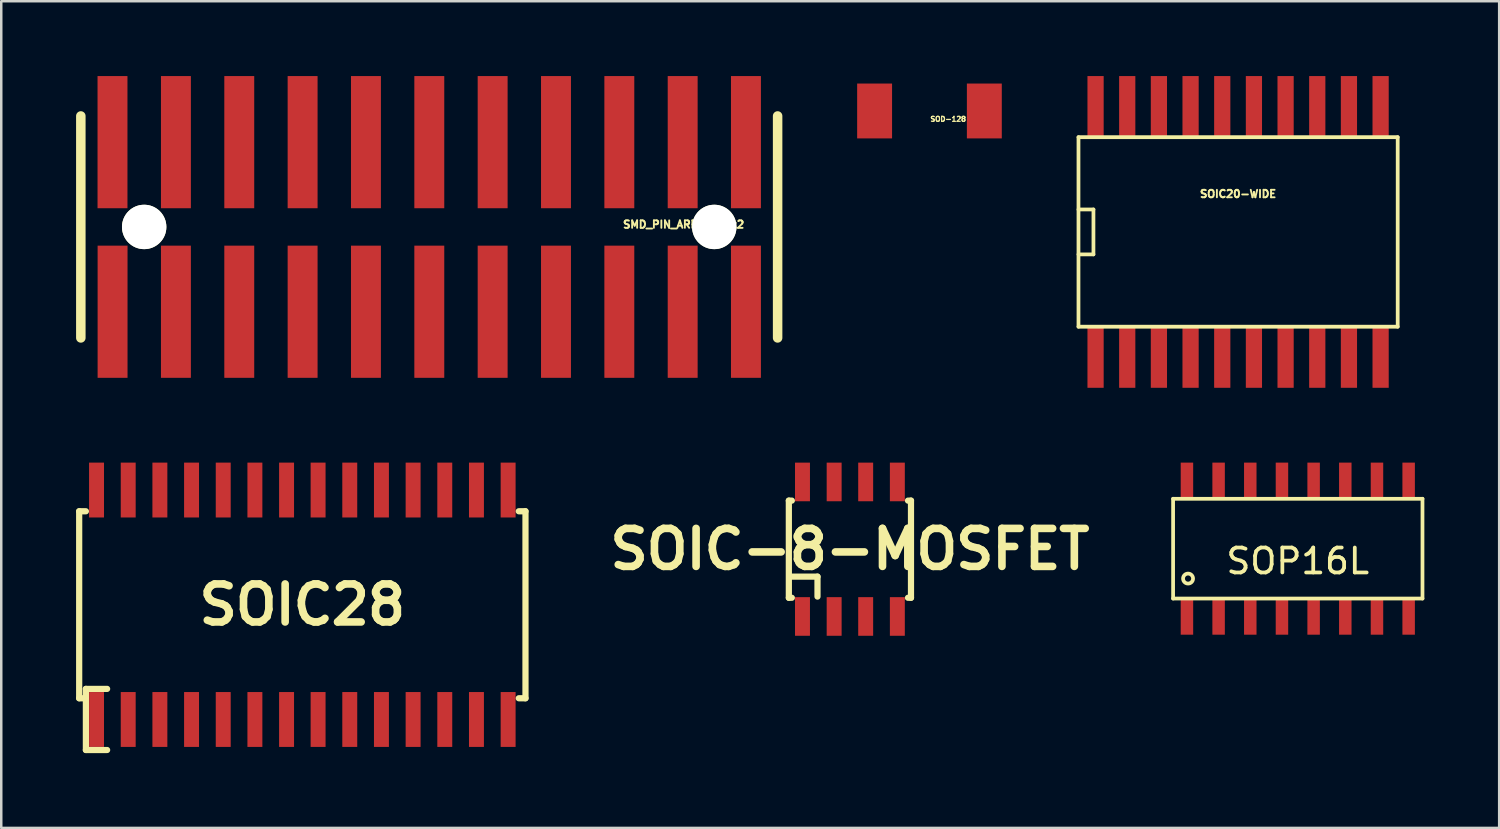
<source format=kicad_pcb>
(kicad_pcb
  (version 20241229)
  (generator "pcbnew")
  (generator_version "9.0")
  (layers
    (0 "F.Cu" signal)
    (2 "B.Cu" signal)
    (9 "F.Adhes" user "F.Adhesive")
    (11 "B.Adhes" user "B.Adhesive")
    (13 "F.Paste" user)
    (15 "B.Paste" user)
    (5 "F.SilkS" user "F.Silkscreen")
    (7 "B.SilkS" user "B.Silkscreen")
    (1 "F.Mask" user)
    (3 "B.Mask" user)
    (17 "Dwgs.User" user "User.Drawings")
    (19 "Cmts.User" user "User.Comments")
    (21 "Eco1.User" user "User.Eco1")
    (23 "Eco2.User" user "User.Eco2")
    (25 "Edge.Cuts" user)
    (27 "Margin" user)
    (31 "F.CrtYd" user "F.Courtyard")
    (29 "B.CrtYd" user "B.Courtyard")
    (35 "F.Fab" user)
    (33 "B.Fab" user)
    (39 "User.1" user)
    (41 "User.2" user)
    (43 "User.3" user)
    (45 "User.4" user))
  (footprint "SOIC28"
    (layer "F.Cu")
    (at 9.073 21.2)
    (property "Reference" "SOIC28" (at 0 0 0) (layer "F.SilkS") (effects (font (size 1.524 1.524) (thickness 0.305))))
    (attr through_hole)
    (fp_line (start -8.948 -3.749) (end -8.948 3.749) (stroke (width 0.249) (type solid)) (layer "F.SilkS"))
    (fp_line (start -8.948 -3.749) (end -8.679 -3.749) (stroke (width 0.249) (type solid)) (layer "F.SilkS"))
    (fp_line (start -8.948 3.749) (end -8.679 3.749) (stroke (width 0.249) (type solid)) (layer "F.SilkS"))
    (fp_line (start -8.679 3.373) (end -8.679 5.824) (stroke (width 0.249) (type solid)) (layer "F.SilkS"))
    (fp_line (start -8.679 3.373) (end -7.828 3.373) (stroke (width 0.249) (type solid)) (layer "F.SilkS"))
    (fp_line (start -8.679 5.824) (end -7.828 5.824) (stroke (width 0.249) (type solid)) (layer "F.SilkS"))
    (fp_line (start 8.679 -3.749) (end 8.948 -3.749) (stroke (width 0.249) (type solid)) (layer "F.SilkS"))
    (fp_line (start 8.679 3.749) (end 8.948 3.749) (stroke (width 0.249) (type solid)) (layer "F.SilkS"))
    (fp_line (start 8.948 -3.749) (end 8.948 3.749) (stroke (width 0.249) (type solid)) (layer "F.SilkS"))
    (pad "1" smd rect (at -8.252 4.6 180) (size 0.599 2.2) (layers "F.Cu" "F.Mask" "F.Paste"))
    (pad "2" smd rect (at -6.982 4.6 180) (size 0.599 2.2) (layers "F.Cu" "F.Mask" "F.Paste"))
    (pad "3" smd rect (at -5.712 4.6 180) (size 0.599 2.2) (layers "F.Cu" "F.Mask" "F.Paste"))
    (pad "4" smd rect (at -4.442 4.6 180) (size 0.599 2.2) (layers "F.Cu" "F.Mask" "F.Paste"))
    (pad "5" smd rect (at -3.172 4.6 180) (size 0.599 2.2) (layers "F.Cu" "F.Mask" "F.Paste"))
    (pad "6" smd rect (at -1.902 4.6 180) (size 0.599 2.2) (layers "F.Cu" "F.Mask" "F.Paste"))
    (pad "7" smd rect (at -0.632 4.6 180) (size 0.599 2.2) (layers "F.Cu" "F.Mask" "F.Paste"))
    (pad "8" smd rect (at 0.632 4.6 180) (size 0.599 2.2) (layers "F.Cu" "F.Mask" "F.Paste"))
    (pad "9" smd rect (at 1.902 4.6 180) (size 0.599 2.2) (layers "F.Cu" "F.Mask" "F.Paste"))
    (pad "10" smd rect (at 3.172 4.6 180) (size 0.599 2.2) (layers "F.Cu" "F.Mask" "F.Paste"))
    (pad "11" smd rect (at 4.442 4.6 180) (size 0.599 2.2) (layers "F.Cu" "F.Mask" "F.Paste"))
    (pad "12" smd rect (at 5.712 4.6 180) (size 0.599 2.2) (layers "F.Cu" "F.Mask" "F.Paste"))
    (pad "13" smd rect (at 6.982 4.6 180) (size 0.599 2.2) (layers "F.Cu" "F.Mask" "F.Paste"))
    (pad "14" smd rect (at 8.252 4.6 180) (size 0.599 2.2) (layers "F.Cu" "F.Mask" "F.Paste"))
    (pad "15" smd rect (at 8.252 -4.6) (size 0.599 2.2) (layers "F.Cu" "F.Mask" "F.Paste"))
    (pad "16" smd rect (at 6.982 -4.6) (size 0.599 2.2) (layers "F.Cu" "F.Mask" "F.Paste"))
    (pad "17" smd rect (at 5.712 -4.6) (size 0.599 2.2) (layers "F.Cu" "F.Mask" "F.Paste"))
    (pad "18" smd rect (at 4.442 -4.6) (size 0.599 2.2) (layers "F.Cu" "F.Mask" "F.Paste"))
    (pad "19" smd rect (at 3.172 -4.6) (size 0.599 2.2) (layers "F.Cu" "F.Mask" "F.Paste"))
    (pad "20" smd rect (at 1.902 -4.6) (size 0.599 2.2) (layers "F.Cu" "F.Mask" "F.Paste"))
    (pad "21" smd rect (at 0.632 -4.6) (size 0.599 2.2) (layers "F.Cu" "F.Mask" "F.Paste"))
    (pad "22" smd rect (at -0.632 -4.6) (size 0.599 2.2) (layers "F.Cu" "F.Mask" "F.Paste"))
    (pad "23" smd rect (at -1.902 -4.6) (size 0.599 2.2) (layers "F.Cu" "F.Mask" "F.Paste"))
    (pad "24" smd rect (at -3.172 -4.6) (size 0.599 2.2) (layers "F.Cu" "F.Mask" "F.Paste"))
    (pad "25" smd rect (at -4.442 -4.6) (size 0.599 2.2) (layers "F.Cu" "F.Mask" "F.Paste"))
    (pad "26" smd rect (at -5.712 -4.6) (size 0.599 2.2) (layers "F.Cu" "F.Mask" "F.Paste"))
    (pad "27" smd rect (at -6.982 -4.6) (size 0.599 2.2) (layers "F.Cu" "F.Mask" "F.Paste"))
    (pad "28" smd rect (at -8.252 -4.6) (size 0.599 2.2) (layers "F.Cu" "F.Mask" "F.Paste")))
  (footprint "SOD-128"
    (layer "F.Cu")
    (at 34.22 1.4)
    (property "Reference" "SOD-128" (at 0.75 0.325 0) (layer "F.SilkS") (effects (font (size 0.2 0.2) (thickness 0.05))))
    (attr smd)
    (fp_line (start -1.999 -1.4) (end 1.999 -1.4) (stroke (width 0.001) (type solid)) (layer "F.SilkS"))
    (fp_line (start -1.999 1.4) (end -1.999 -1.4) (stroke (width 0.001) (type solid)) (layer "F.SilkS"))
    (fp_line (start -1.699 1.4) (end -1.699 -1.4) (stroke (width 0.001) (type solid)) (layer "F.SilkS"))
    (fp_line (start -1.4 -1.4) (end -1.4 1.4) (stroke (width 0.001) (type solid)) (layer "F.SilkS"))
    (fp_line (start -1.1 1.4) (end -1.1 -1.4) (stroke (width 0.001) (type solid)) (layer "F.SilkS"))
    (fp_line (start -0.8 1.4) (end -0.8 -1.4) (stroke (width 0.001) (type solid)) (layer "F.SilkS"))
    (fp_line (start -0.5 1.4) (end -0.5 -1.4) (stroke (width 0.001) (type solid)) (layer "F.SilkS"))
    (fp_line (start 1.999 -1.4) (end 1.999 1.4) (stroke (width 0.001) (type solid)) (layer "F.SilkS"))
    (fp_line (start 1.999 1.4) (end -1.999 1.4) (stroke (width 0.001) (type solid)) (layer "F.SilkS"))
    (pad "1" smd rect (at 2.2 0) (size 1.4 2.2) (layers "F.Cu" "F.Mask" "F.Paste"))
    (pad "2" smd rect (at -2.2 0) (size 1.4 2.2) (layers "F.Cu" "F.Mask" "F.Paste")))
  (footprint "SMD_PIN_ARRAY_11x2"
    (layer "F.Cu")
    (at 14.161 6.05)
    (property "Reference" "SMD_PIN_ARRAY_11x2" (at 10.201 -0.099 0) (layer "F.SilkS") (effects (font (size 0.3 0.3) (thickness 0.076))))
    (attr smd)
    (fp_line (start -13.97 4.45) (end -13.97 -4.45) (stroke (width 0.381) (type solid)) (layer "F.SilkS"))
    (fp_line (start 13.97 4.45) (end 13.97 -4.45) (stroke (width 0.381) (type solid)) (layer "F.SilkS"))
    (pad "" np_thru_hole circle (at -11.43 0) (size 1.78 1.78) (drill 1.78) (layers "*.Cu" "*.Mask" "F.SilkS"))
    (pad "" np_thru_hole circle (at 11.43 0) (size 1.78 1.78) (drill 1.78) (layers "*.Cu" "*.Mask" "F.SilkS"))
    (pad "1" smd rect (at -12.697 3.4) (size 1.2 5.3) (layers "F.Cu" "F.Mask" "F.Paste"))
    (pad "2" smd rect (at -12.7 -3.4) (size 1.2 5.3) (layers "F.Cu" "F.Mask" "F.Paste"))
    (pad "3" smd rect (at -10.157 3.4) (size 1.2 5.3) (layers "F.Cu" "F.Mask" "F.Paste"))
    (pad "4" smd rect (at -10.157 -3.4) (size 1.2 5.3) (layers "F.Cu" "F.Mask" "F.Paste"))
    (pad "5" smd rect (at -7.617 3.4) (size 1.2 5.3) (layers "F.Cu" "F.Mask" "F.Paste"))
    (pad "6" smd rect (at -7.617 -3.4) (size 1.2 5.3) (layers "F.Cu" "F.Mask" "F.Paste"))
    (pad "7" smd rect (at -5.077 3.4) (size 1.2 5.3) (layers "F.Cu" "F.Mask" "F.Paste"))
    (pad "8" smd rect (at -5.077 -3.4) (size 1.2 5.3) (layers "F.Cu" "F.Mask" "F.Paste"))
    (pad "9" smd rect (at -2.537 3.4) (size 1.2 5.3) (layers "F.Cu" "F.Mask" "F.Paste"))
    (pad "10" smd rect (at -2.537 -3.4) (size 1.2 5.3) (layers "F.Cu" "F.Mask" "F.Paste"))
    (pad "11" smd rect (at 0.003 3.4) (size 1.2 5.3) (layers "F.Cu" "F.Mask" "F.Paste"))
    (pad "12" smd rect (at 0.003 -3.4) (size 1.2 5.3) (layers "F.Cu" "F.Mask" "F.Paste"))
    (pad "13" smd rect (at 2.543 3.4) (size 1.2 5.3) (layers "F.Cu" "F.Mask" "F.Paste"))
    (pad "14" smd rect (at 2.543 -3.4) (size 1.2 5.3) (layers "F.Cu" "F.Mask" "F.Paste"))
    (pad "15" smd rect (at 5.083 3.4) (size 1.2 5.3) (layers "F.Cu" "F.Mask" "F.Paste"))
    (pad "16" smd rect (at 5.083 -3.4) (size 1.2 5.3) (layers "F.Cu" "F.Mask" "F.Paste"))
    (pad "17" smd rect (at 7.623 3.4) (size 1.2 5.3) (layers "F.Cu" "F.Mask" "F.Paste"))
    (pad "18" smd rect (at 7.623 -3.4) (size 1.2 5.3) (layers "F.Cu" "F.Mask" "F.Paste"))
    (pad "19" smd rect (at 10.163 3.4) (size 1.2 5.3) (layers "F.Cu" "F.Mask" "F.Paste"))
    (pad "20" smd rect (at 10.163 -3.4) (size 1.2 5.3) (layers "F.Cu" "F.Mask" "F.Paste"))
    (pad "21" smd rect (at 12.7 3.4) (size 1.2 5.3) (layers "F.Cu" "F.Mask" "F.Paste"))
    (pad "22" smd rect (at 12.7 -3.4) (size 1.2 5.3) (layers "F.Cu" "F.Mask" "F.Paste")))
  (footprint "SOIC20-WIDE"
    (layer "F.Cu")
    (at 46.595 6.25)
    (property "Reference" "SOIC20-WIDE" (at 0 -1.524 0) (layer "F.SilkS") (effects (font (size 0.3 0.3) (thickness 0.075))))
    (attr smd)
    (fp_line (start -6.4 -3.8) (end 6.4 -3.8) (stroke (width 0.15) (type solid)) (layer "F.SilkS"))
    (fp_line (start -6.4 -0.9) (end -5.8 -0.9) (stroke (width 0.15) (type solid)) (layer "F.SilkS"))
    (fp_line (start -6.4 3.8) (end -6.4 -3.8) (stroke (width 0.15) (type solid)) (layer "F.SilkS"))
    (fp_line (start -5.8 -0.9) (end -5.8 0.9) (stroke (width 0.15) (type solid)) (layer "F.SilkS"))
    (fp_line (start -5.8 0.9) (end -6.4 0.9) (stroke (width 0.15) (type solid)) (layer "F.SilkS"))
    (fp_line (start 6.4 -3.8) (end 6.4 3.8) (stroke (width 0.15) (type solid)) (layer "F.SilkS"))
    (fp_line (start 6.4 3.8) (end -6.4 3.8) (stroke (width 0.15) (type solid)) (layer "F.SilkS"))
    (pad "1" smd rect (at -5.715 5) (size 0.65 2.5) (layers "F.Cu" "F.Mask" "F.Paste"))
    (pad "2" smd rect (at -4.445 5) (size 0.65 2.5) (layers "F.Cu" "F.Mask" "F.Paste"))
    (pad "3" smd rect (at -3.175 5) (size 0.65 2.5) (layers "F.Cu" "F.Mask" "F.Paste"))
    (pad "4" smd rect (at -1.905 5) (size 0.65 2.5) (layers "F.Cu" "F.Mask" "F.Paste"))
    (pad "5" smd rect (at -0.635 5) (size 0.65 2.5) (layers "F.Cu" "F.Mask" "F.Paste"))
    (pad "6" smd rect (at 0.635 5) (size 0.65 2.5) (layers "F.Cu" "F.Mask" "F.Paste"))
    (pad "7" smd rect (at 1.905 5) (size 0.65 2.5) (layers "F.Cu" "F.Mask" "F.Paste"))
    (pad "8" smd rect (at 3.175 5) (size 0.65 2.5) (layers "F.Cu" "F.Mask" "F.Paste"))
    (pad "9" smd rect (at 4.445 5) (size 0.65 2.5) (layers "F.Cu" "F.Mask" "F.Paste"))
    (pad "10" smd rect (at 5.715 5) (size 0.65 2.5) (layers "F.Cu" "F.Mask" "F.Paste"))
    (pad "11" smd rect (at 5.715 -5) (size 0.65 2.5) (layers "F.Cu" "F.Mask" "F.Paste"))
    (pad "12" smd rect (at 4.445 -5) (size 0.65 2.5) (layers "F.Cu" "F.Mask" "F.Paste"))
    (pad "13" smd rect (at 3.175 -5) (size 0.65 2.5) (layers "F.Cu" "F.Mask" "F.Paste"))
    (pad "14" smd rect (at 1.905 -5) (size 0.65 2.5) (layers "F.Cu" "F.Mask" "F.Paste"))
    (pad "15" smd rect (at 0.635 -5) (size 0.65 2.5) (layers "F.Cu" "F.Mask" "F.Paste"))
    (pad "16" smd rect (at -0.635 -5) (size 0.65 2.5) (layers "F.Cu" "F.Mask" "F.Paste"))
    (pad "17" smd rect (at -1.905 -5) (size 0.65 2.5) (layers "F.Cu" "F.Mask" "F.Paste"))
    (pad "18" smd rect (at -3.175 -5) (size 0.65 2.5) (layers "F.Cu" "F.Mask" "F.Paste"))
    (pad "19" smd rect (at -4.445 -5) (size 0.65 2.5) (layers "F.Cu" "F.Mask" "F.Paste"))
    (pad "20" smd rect (at -5.715 -5) (size 0.65 2.5) (layers "F.Cu" "F.Mask" "F.Paste")))
  (footprint "SOIC-8-MOSFET"
    (layer "F.Cu")
    (at 31.03 18.972)
    (property "Reference" "SOIC-8-MOSFET" (at 0 0 0) (layer "F.SilkS") (effects (font (size 1.524 1.524) (thickness 0.305))))
    (attr smd)
    (fp_line (start -2.449 -1.948) (end -2.449 1.948) (stroke (width 0.249) (type solid)) (layer "F.SilkS"))
    (fp_line (start -2.449 -1.948) (end -2.329 -1.948) (stroke (width 0.249) (type solid)) (layer "F.SilkS"))
    (fp_line (start -2.449 1.948) (end -2.329 1.948) (stroke (width 0.249) (type solid)) (layer "F.SilkS"))
    (fp_line (start -2.4 1.1) (end -1.3 1.1) (stroke (width 0.249) (type solid)) (layer "F.SilkS"))
    (fp_line (start -1.3 1.1) (end -1.3 1.9) (stroke (width 0.249) (type solid)) (layer "F.SilkS"))
    (fp_line (start 2.329 -1.948) (end 2.449 -1.948) (stroke (width 0.249) (type solid)) (layer "F.SilkS"))
    (fp_line (start 2.329 1.948) (end 2.449 1.948) (stroke (width 0.249) (type solid)) (layer "F.SilkS"))
    (fp_line (start 2.449 -1.948) (end 2.449 1.948) (stroke (width 0.249) (type solid)) (layer "F.SilkS"))
    (pad "D" smd rect (at -1.902 -2.697) (size 0.599 1.549) (layers "F.Cu" "F.Mask" "F.Paste"))
    (pad "D" smd rect (at -0.632 -2.697) (size 0.599 1.549) (layers "F.Cu" "F.Mask" "F.Paste"))
    (pad "D" smd rect (at 0.632 -2.697) (size 0.599 1.549) (layers "F.Cu" "F.Mask" "F.Paste"))
    (pad "D" smd rect (at 1.902 -2.697) (size 0.599 1.549) (layers "F.Cu" "F.Mask" "F.Paste"))
    (pad "G" smd rect (at 1.902 2.697 180) (size 0.599 1.549) (layers "F.Cu" "F.Mask" "F.Paste"))
    (pad "S" smd rect (at -1.902 2.697 180) (size 0.599 1.549) (layers "F.Cu" "F.Mask" "F.Paste"))
    (pad "S" smd rect (at -0.632 2.697 180) (size 0.599 1.549) (layers "F.Cu" "F.Mask" "F.Paste"))
    (pad "S" smd rect (at 0.632 2.697 180) (size 0.599 1.549) (layers "F.Cu" "F.Mask" "F.Paste")))
  (footprint "SOP16L"
    (layer "F.Cu")
    (at 48.989 18.95)
    (property "Reference" "SOP16L" (at 0 0.5 0) (layer "F.SilkS") (effects (font (size 1 1) (thickness 0.15))))
    (attr through_hole)
    (fp_line (start -5 -2) (end 5 -2) (stroke (width 0.15) (type solid)) (layer "F.SilkS"))
    (fp_line (start -5 2) (end -5 -2) (stroke (width 0.15) (type solid)) (layer "F.SilkS"))
    (fp_line (start 5 -2) (end 5 2) (stroke (width 0.15) (type solid)) (layer "F.SilkS"))
    (fp_line (start 5 2) (end -5 2) (stroke (width 0.15) (type solid)) (layer "F.SilkS"))
    (fp_circle (center -4.4 1.2) (end -4.4 1.4) (stroke (width 0.15) (type solid)) (fill no) (layer "F.SilkS"))
    (pad "1" smd rect (at -4.445 2.7) (size 0.5 1.5) (layers "F.Cu" "F.Mask" "F.Paste"))
    (pad "2" smd rect (at -3.175 2.7) (size 0.5 1.5) (layers "F.Cu" "F.Mask" "F.Paste"))
    (pad "3" smd rect (at -1.905 2.7) (size 0.5 1.5) (layers "F.Cu" "F.Mask" "F.Paste"))
    (pad "4" smd rect (at -0.635 2.7) (size 0.5 1.5) (layers "F.Cu" "F.Mask" "F.Paste"))
    (pad "5" smd rect (at 0.635 2.7) (size 0.5 1.5) (layers "F.Cu" "F.Mask" "F.Paste"))
    (pad "6" smd rect (at 1.905 2.7) (size 0.5 1.5) (layers "F.Cu" "F.Mask" "F.Paste"))
    (pad "7" smd rect (at 3.175 2.7) (size 0.5 1.5) (layers "F.Cu" "F.Mask" "F.Paste"))
    (pad "8" smd rect (at 4.445 2.7) (size 0.5 1.5) (layers "F.Cu" "F.Mask" "F.Paste"))
    (pad "9" smd rect (at 4.445 -2.7) (size 0.5 1.5) (layers "F.Cu" "F.Mask" "F.Paste"))
    (pad "10" smd rect (at 3.175 -2.7) (size 0.5 1.5) (layers "F.Cu" "F.Mask" "F.Paste"))
    (pad "11" smd rect (at 1.905 -2.7) (size 0.5 1.5) (layers "F.Cu" "F.Mask" "F.Paste"))
    (pad "12" smd rect (at 0.635 -2.7) (size 0.5 1.5) (layers "F.Cu" "F.Mask" "F.Paste"))
    (pad "13" smd rect (at -0.635 -2.7) (size 0.5 1.5) (layers "F.Cu" "F.Mask" "F.Paste"))
    (pad "14" smd rect (at -1.905 -2.7) (size 0.5 1.5) (layers "F.Cu" "F.Mask" "F.Paste"))
    (pad "15" smd rect (at -3.175 -2.7) (size 0.5 1.5) (layers "F.Cu" "F.Mask" "F.Paste"))
    (pad "16" smd rect (at -4.445 -2.7) (size 0.5 1.5) (layers "F.Cu" "F.Mask" "F.Paste")))
  (gr_rect
    (start -3 -3)
    (end 57.064 30.148)
    (stroke (width 0.1) (type default))
    (fill no)
    (layer "Edge.Cuts")))
</source>
